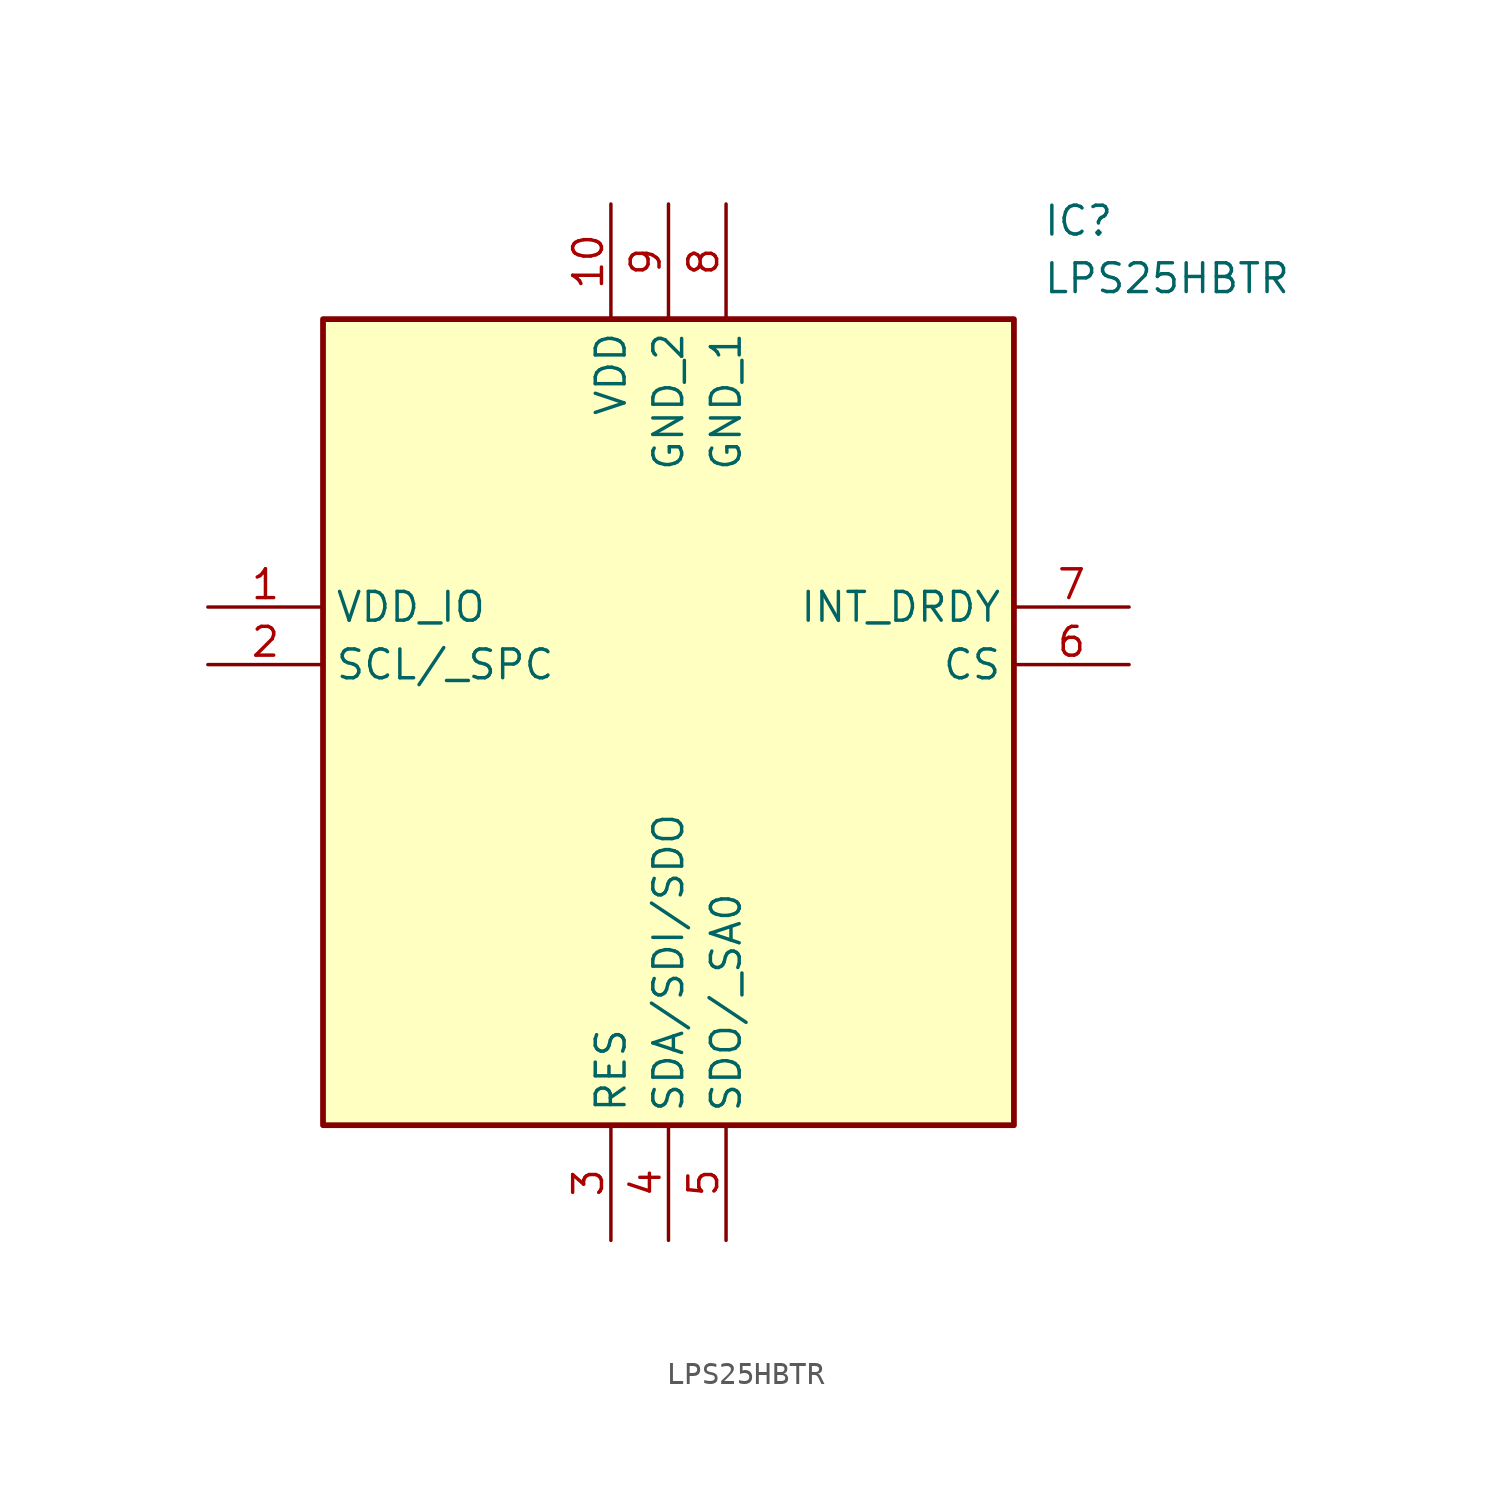
<source format=kicad_sym>
(kicad_symbol_lib
  (version 20211014)
  (generator SamacSys_ECAD_Model)
  (symbol "LPS25HBTR"
    (property "Reference" "IC"
      (at 36.83 17.78 0)
      (effects (font (size 1.27 1.27)) (justify left top)))
    (property "Value" "LPS25HBTR"
      (at 36.83 15.24 0)
      (effects (font (size 1.27 1.27)) (justify left top)))
    (rectangle
      (start 5.08 12.7)
      (end 35.56 -22.86)
      (stroke (width 0.254) (type default))
      (fill (type background)))
    (pin passive line
      (at 0 0 0)
      (length 5.08)
      (name "VDD_IO" (effects (font (size 1.27 1.27))))
      (number "1" (effects (font (size 1.27 1.27)))))
    (pin passive line
      (at 0 -2.54 0)
      (length 5.08)
      (name "SCL/_SPC" (effects (font (size 1.27 1.27))))
      (number "2" (effects (font (size 1.27 1.27)))))
    (pin passive line
      (at 17.78 -27.94 90)
      (length 5.08)
      (name "RES" (effects (font (size 1.27 1.27))))
      (number "3" (effects (font (size 1.27 1.27)))))
    (pin passive line
      (at 20.32 -27.94 90)
      (length 5.08)
      (name "SDA/SDI/SDO" (effects (font (size 1.27 1.27))))
      (number "4" (effects (font (size 1.27 1.27)))))
    (pin passive line
      (at 22.86 -27.94 90)
      (length 5.08)
      (name "SDO/_SA0" (effects (font (size 1.27 1.27))))
      (number "5" (effects (font (size 1.27 1.27)))))
    (pin passive line
      (at 40.64 -2.54 180)
      (length 5.08)
      (name "CS" (effects (font (size 1.27 1.27))))
      (number "6" (effects (font (size 1.27 1.27)))))
    (pin passive line
      (at 40.64 0 180)
      (length 5.08)
      (name "INT_DRDY" (effects (font (size 1.27 1.27))))
      (number "7" (effects (font (size 1.27 1.27)))))
    (pin passive line
      (at 22.86 17.78 270)
      (length 5.08)
      (name "GND_1" (effects (font (size 1.27 1.27))))
      (number "8" (effects (font (size 1.27 1.27)))))
    (pin passive line
      (at 20.32 17.78 270)
      (length 5.08)
      (name "GND_2" (effects (font (size 1.27 1.27))))
      (number "9" (effects (font (size 1.27 1.27)))))
    (pin passive line
      (at 17.78 17.78 270)
      (length 5.08)
      (name "VDD" (effects (font (size 1.27 1.27))))
      (number "10" (effects (font (size 1.27 1.27)))))))
</source>
